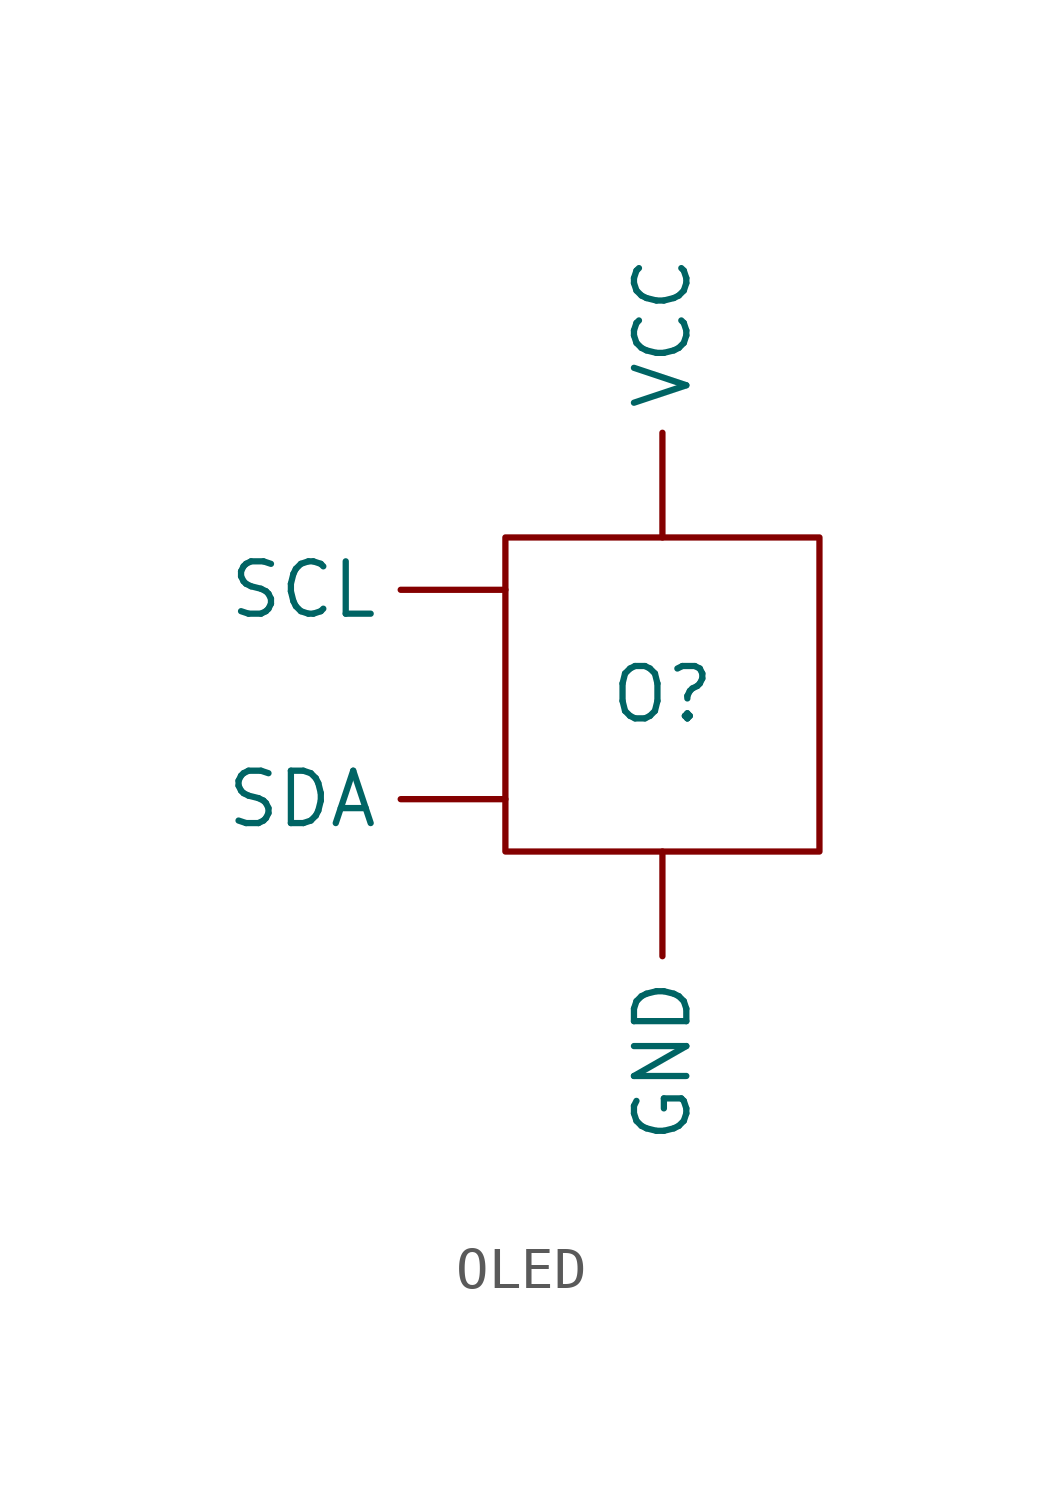
<source format=kicad_sym>
(kicad_symbol_lib
  (version 20241209)
  (generator "kicad_symbol_editor")
  (generator_version "9.0")
  (symbol "OLED"
    (property "Reference" "O"
      (at 0 0 0)
      (effects (font (size 1.27 1.27))))
    (property "Value" ""
      (at 0 0 0)
      (effects (font (size 1.27 1.27))))
    (symbol "OLED_0_1"
      (rectangle (start -3.81 3.81) (end 3.81 -3.81) (stroke (width 0) (type default)) (fill (type none))))
    (symbol "OLED_1_1"
      (pin output line (at -3.81 2.54 180) (length 2.54) (name "SCL" (effects (font (size 1.27 1.27)))) (number "" (effects (font (size 1.27 1.27)))))
      (pin output line (at -3.81 -2.54 180) (length 2.54) (name "SDA" (effects (font (size 1.27 1.27)))) (number "" (effects (font (size 1.27 1.27)))))
      (pin power_in line (at 0 3.81 90) (length 2.54) (name "VCC" (effects (font (size 1.27 1.27)))) (number "" (effects (font (size 1.27 1.27)))))
      (pin power_in line (at 0 -3.81 270) (length 2.54) (name "GND" (effects (font (size 1.27 1.27)))) (number "" (effects (font (size 1.27 1.27))))))))
</source>
